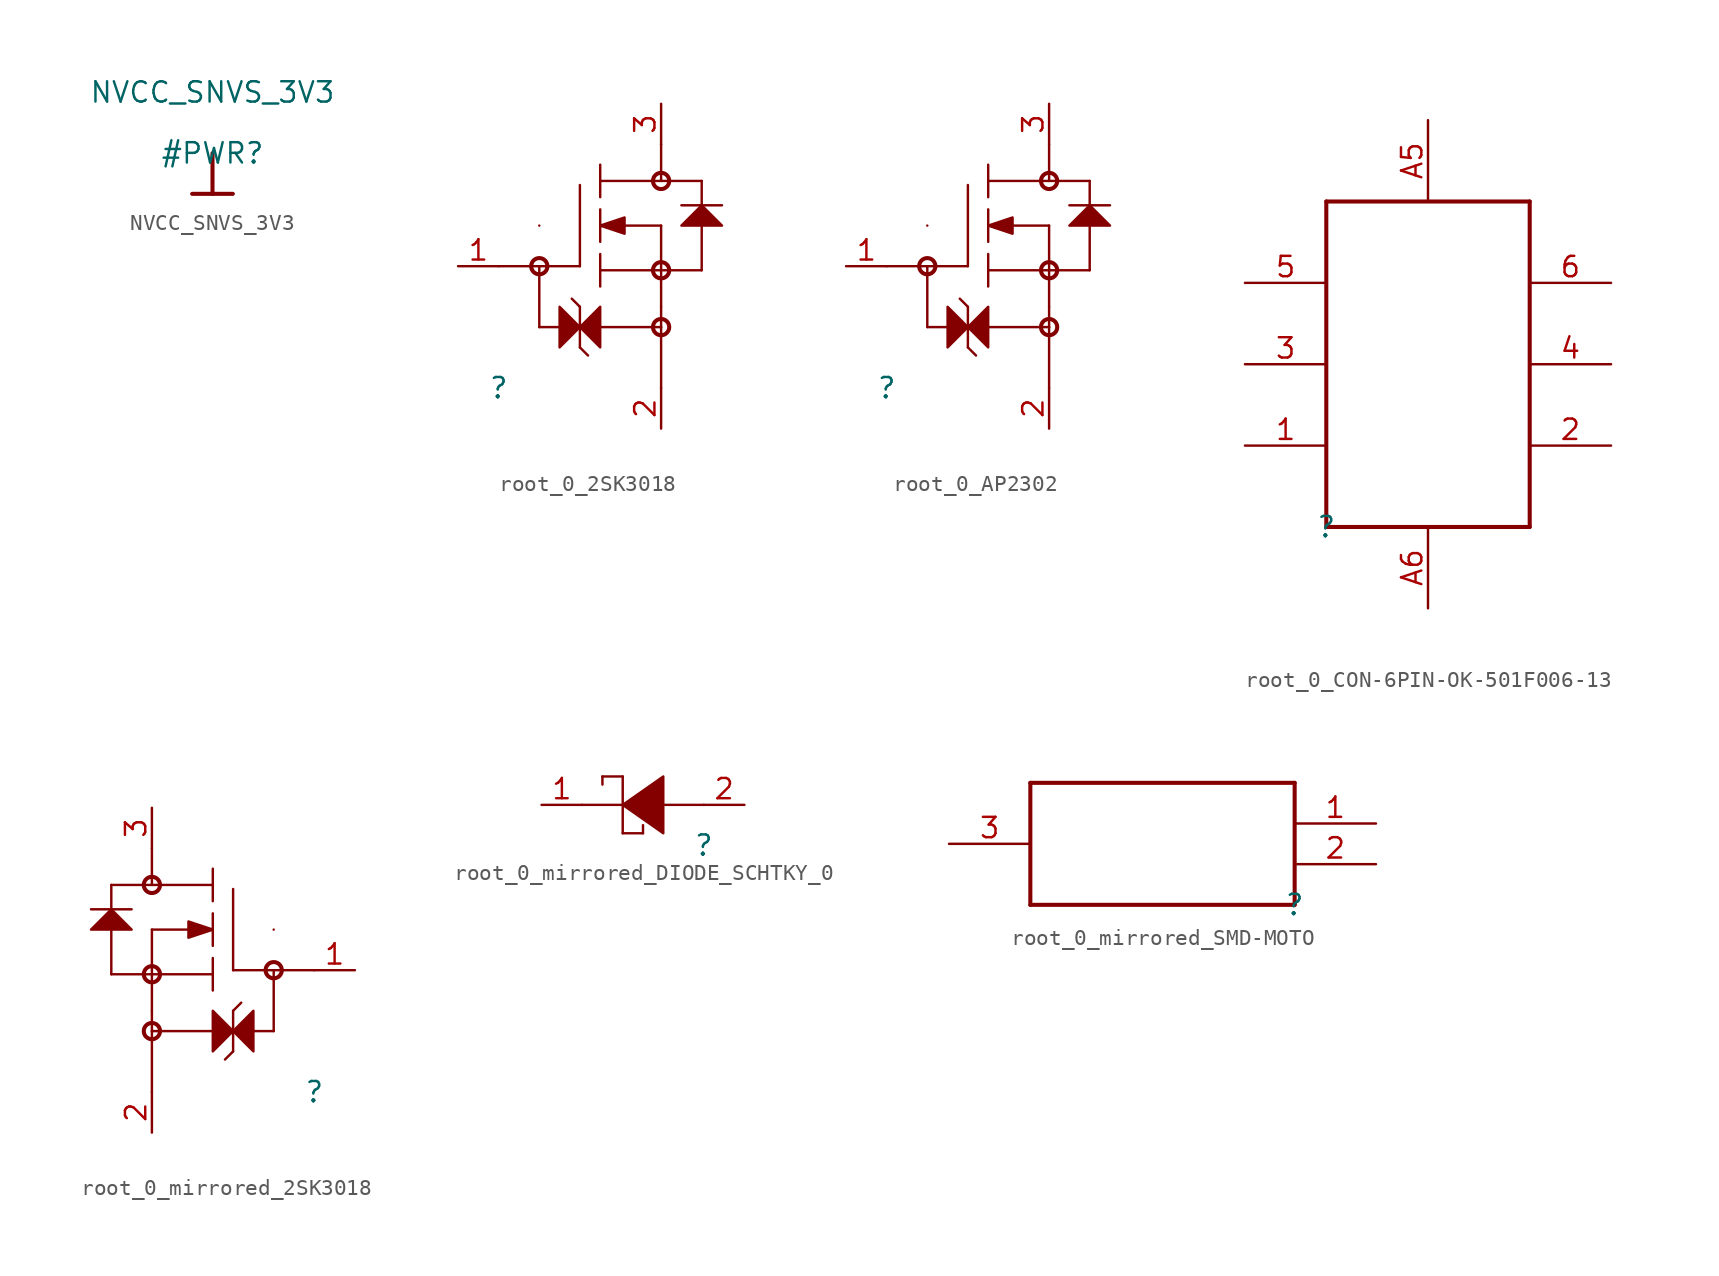
<source format=kicad_sym>
(kicad_symbol_lib
  (version 20220914)
  (generator kicad_symbol_editor)
  (symbol "NVCC_SNVS_3V3"
    (power)
    (property "Reference" "#PWR"
      (at 0 0 0)
      (effects (font (size 1.27 1.27))))
    (property "Value" "NVCC_SNVS_3V3"
      (at 0 3.81 0)
      (effects (font (size 1.27 1.27))))
    (symbol "NVCC_SNVS_3V3_0_0"
      (polyline (pts (xy -1.27 -2.54) (xy 1.27 -2.54)) (stroke (width 0.254) (type solid)) (fill (type none)))
      (polyline (pts (xy 0 0) (xy 0 -2.54)) (stroke (width 0.254) (type solid)) (fill (type none)))
      (pin power_in line (at 0 0 0) (length 0) hide (name "NVCC_SNVS_3V3" (effects (font (size 1.27 1.27)))) (number "" (effects (font (size 1.27 1.27)))))))
  (symbol "root_0_2SK3018"
    (property "Reference" ""
      (at 0 0 0)
      (effects (font (size 1.27 1.27))))
    (property "Value" ""
      (at 0 0 0)
      (effects (font (size 1.27 1.27))))
    (symbol "root_0_2SK3018_1_0"
      (polyline (pts (xy 0 7.62) (xy 5.08 7.62)) (stroke (width 0) (type solid)) (fill (type none)))
      (polyline (pts (xy 2.54 3.81) (xy 2.54 7.62)) (stroke (width 0) (type solid)) (fill (type none)))
      (polyline (pts (xy 2.54 10.16) (xy 2.54 10.16)) (stroke (width 0) (type solid)) (fill (type none)))
      (polyline (pts (xy 5.08 2.54) (xy 5.08 5.08)) (stroke (width 0) (type solid)) (fill (type none)))
      (polyline (pts (xy 5.08 2.54) (xy 5.588 2.032)) (stroke (width 0) (type solid)) (fill (type none)))
      (polyline (pts (xy 5.08 5.08) (xy 4.572 5.588)) (stroke (width 0) (type solid)) (fill (type none)))
      (polyline (pts (xy 5.08 12.7) (xy 5.08 7.62)) (stroke (width 0) (type solid)) (fill (type none)))
      (polyline (pts (xy 6.35 6.35) (xy 6.35 8.382)) (stroke (width 0) (type solid)) (fill (type none)))
      (polyline (pts (xy 6.35 7.366) (xy 12.7 7.366)) (stroke (width 0) (type solid)) (fill (type none)))
      (polyline (pts (xy 6.35 9.144) (xy 6.35 11.176)) (stroke (width 0) (type solid)) (fill (type none)))
      (polyline (pts (xy 6.35 11.938) (xy 6.35 13.97)) (stroke (width 0) (type solid)) (fill (type none)))
      (polyline (pts (xy 7.62 10.16) (xy 10.16 10.16)) (stroke (width 0) (type solid)) (fill (type none)))
      (polyline (pts (xy 10.16 3.81) (xy 2.54 3.81)) (stroke (width 0) (type solid)) (fill (type none)))
      (polyline (pts (xy 10.16 3.81) (xy 10.16 0)) (stroke (width 0) (type solid)) (fill (type none)))
      (polyline (pts (xy 10.16 5.08) (xy 10.16 3.81)) (stroke (width 0) (type solid)) (fill (type none)))
      (polyline (pts (xy 10.16 10.16) (xy 10.16 5.08)) (stroke (width 0) (type solid)) (fill (type none)))
      (polyline (pts (xy 10.16 15.24) (xy 10.16 12.954)) (stroke (width 0) (type solid)) (fill (type none)))
      (polyline (pts (xy 11.43 11.43) (xy 13.97 11.43)) (stroke (width 0) (type solid)) (fill (type none)))
      (polyline (pts (xy 12.7 7.366) (xy 12.7 10.16)) (stroke (width 0) (type solid)) (fill (type none)))
      (polyline (pts (xy 12.7 11.43) (xy 12.7 12.954)) (stroke (width 0) (type solid)) (fill (type none)))
      (polyline (pts (xy 12.7 12.954) (xy 6.35 12.954)) (stroke (width 0) (type solid)) (fill (type none)))
      (polyline (pts (xy 3.81 2.54) (xy 3.81 5.08) (xy 5.08 3.81) (xy 3.81 2.54) (xy 3.81 2.54)) (stroke (width 0) (type solid)) (fill (type outline)))
      (polyline (pts (xy 6.35 2.54) (xy 6.35 5.08) (xy 5.08 3.81) (xy 6.35 2.54) (xy 6.35 2.54)) (stroke (width 0) (type solid)) (fill (type outline)))
      (polyline (pts (xy 6.35 10.16) (xy 7.874 10.668) (xy 7.874 9.652) (xy 6.35 10.16) (xy 6.35 10.16)) (stroke (width 0) (type solid)) (fill (type outline)))
      (polyline (pts (xy 11.43 10.16) (xy 13.97 10.16) (xy 12.7 11.43) (xy 11.43 10.16) (xy 11.43 10.16)) (stroke (width 0) (type solid)) (fill (type outline)))
      (circle (center 2.54 7.62) (radius 0.508) (stroke (width 0.254) (type solid)) (fill (type none)))
      (circle (center 10.16 3.81) (radius 0.508) (stroke (width 0.254) (type solid)) (fill (type none)))
      (circle (center 10.16 7.366) (radius 0.508) (stroke (width 0.254) (type solid)) (fill (type none)))
      (circle (center 10.16 12.954) (radius 0.508) (stroke (width 0.254) (type solid)) (fill (type none)))
      (pin passive line (at -2.54 7.62 0) (length 2.54) (name "GATE" (effects (font (size 0 0)))) (number "1" (effects (font (size 1.27 1.27)))))
      (pin passive line (at 10.16 -2.54 90) (length 2.54) (name "D" (effects (font (size 0 0)))) (number "2" (effects (font (size 1.27 1.27)))))
      (pin passive line (at 10.16 17.78 270) (length 2.54) (name "S" (effects (font (size 0 0)))) (number "3" (effects (font (size 1.27 1.27)))))))
  (symbol "root_0_AP2302"
    (property "Reference" ""
      (at 0 0 0)
      (effects (font (size 1.27 1.27))))
    (property "Value" ""
      (at 0 0 0)
      (effects (font (size 1.27 1.27))))
    (symbol "root_0_AP2302_1_0"
      (polyline (pts (xy 0 7.62) (xy 5.08 7.62)) (stroke (width 0) (type solid)) (fill (type none)))
      (polyline (pts (xy 2.54 3.81) (xy 2.54 7.62)) (stroke (width 0) (type solid)) (fill (type none)))
      (polyline (pts (xy 2.54 10.16) (xy 2.54 10.16)) (stroke (width 0) (type solid)) (fill (type none)))
      (polyline (pts (xy 5.08 2.54) (xy 5.08 5.08)) (stroke (width 0) (type solid)) (fill (type none)))
      (polyline (pts (xy 5.08 2.54) (xy 5.588 2.032)) (stroke (width 0) (type solid)) (fill (type none)))
      (polyline (pts (xy 5.08 5.08) (xy 4.572 5.588)) (stroke (width 0) (type solid)) (fill (type none)))
      (polyline (pts (xy 5.08 12.7) (xy 5.08 7.62)) (stroke (width 0) (type solid)) (fill (type none)))
      (polyline (pts (xy 6.35 6.35) (xy 6.35 8.382)) (stroke (width 0) (type solid)) (fill (type none)))
      (polyline (pts (xy 6.35 7.366) (xy 12.7 7.366)) (stroke (width 0) (type solid)) (fill (type none)))
      (polyline (pts (xy 6.35 9.144) (xy 6.35 11.176)) (stroke (width 0) (type solid)) (fill (type none)))
      (polyline (pts (xy 6.35 11.938) (xy 6.35 13.97)) (stroke (width 0) (type solid)) (fill (type none)))
      (polyline (pts (xy 7.62 10.16) (xy 10.16 10.16)) (stroke (width 0) (type solid)) (fill (type none)))
      (polyline (pts (xy 10.16 3.81) (xy 2.54 3.81)) (stroke (width 0) (type solid)) (fill (type none)))
      (polyline (pts (xy 10.16 3.81) (xy 10.16 0)) (stroke (width 0) (type solid)) (fill (type none)))
      (polyline (pts (xy 10.16 5.08) (xy 10.16 3.81)) (stroke (width 0) (type solid)) (fill (type none)))
      (polyline (pts (xy 10.16 10.16) (xy 10.16 5.08)) (stroke (width 0) (type solid)) (fill (type none)))
      (polyline (pts (xy 10.16 15.24) (xy 10.16 12.954)) (stroke (width 0) (type solid)) (fill (type none)))
      (polyline (pts (xy 11.43 11.43) (xy 13.97 11.43)) (stroke (width 0) (type solid)) (fill (type none)))
      (polyline (pts (xy 12.7 7.366) (xy 12.7 10.16)) (stroke (width 0) (type solid)) (fill (type none)))
      (polyline (pts (xy 12.7 11.43) (xy 12.7 12.954)) (stroke (width 0) (type solid)) (fill (type none)))
      (polyline (pts (xy 12.7 12.954) (xy 6.35 12.954)) (stroke (width 0) (type solid)) (fill (type none)))
      (polyline (pts (xy 3.81 2.54) (xy 3.81 5.08) (xy 5.08 3.81) (xy 3.81 2.54) (xy 3.81 2.54)) (stroke (width 0) (type solid)) (fill (type outline)))
      (polyline (pts (xy 6.35 2.54) (xy 6.35 5.08) (xy 5.08 3.81) (xy 6.35 2.54) (xy 6.35 2.54)) (stroke (width 0) (type solid)) (fill (type outline)))
      (polyline (pts (xy 6.35 10.16) (xy 7.874 10.668) (xy 7.874 9.652) (xy 6.35 10.16) (xy 6.35 10.16)) (stroke (width 0) (type solid)) (fill (type outline)))
      (polyline (pts (xy 11.43 10.16) (xy 13.97 10.16) (xy 12.7 11.43) (xy 11.43 10.16) (xy 11.43 10.16)) (stroke (width 0) (type solid)) (fill (type outline)))
      (circle (center 2.54 7.62) (radius 0.508) (stroke (width 0.254) (type solid)) (fill (type none)))
      (circle (center 10.16 3.81) (radius 0.508) (stroke (width 0.254) (type solid)) (fill (type none)))
      (circle (center 10.16 7.366) (radius 0.508) (stroke (width 0.254) (type solid)) (fill (type none)))
      (circle (center 10.16 12.954) (radius 0.508) (stroke (width 0.254) (type solid)) (fill (type none)))
      (pin passive line (at -2.54 7.62 0) (length 2.54) (name "GATE" (effects (font (size 0 0)))) (number "1" (effects (font (size 1.27 1.27)))))
      (pin passive line (at 10.16 -2.54 90) (length 2.54) (name "SOURCE" (effects (font (size 0 0)))) (number "2" (effects (font (size 1.27 1.27)))))
      (pin passive line (at 10.16 17.78 270) (length 2.54) (name "DRAIN" (effects (font (size 0 0)))) (number "3" (effects (font (size 1.27 1.27)))))))
  (symbol "root_0_CON-6PIN-OK-501F006-13"
    (property "Reference" ""
      (at 0 0 0)
      (effects (font (size 1.27 1.27))))
    (property "Value" ""
      (at 0 0 0)
      (effects (font (size 1.27 1.27))))
    (symbol "root_0_CON-6PIN-OK-501F006-13_1_0"
      (polyline (pts (xy 0 0) (xy 12.7 0)) (stroke (width 0.254) (type solid)) (fill (type none)))
      (polyline (pts (xy 0 20.32) (xy 0 0)) (stroke (width 0.254) (type solid)) (fill (type none)))
      (polyline (pts (xy 12.7 0) (xy 12.7 20.32)) (stroke (width 0.254) (type solid)) (fill (type none)))
      (polyline (pts (xy 12.7 20.32) (xy 0 20.32)) (stroke (width 0.254) (type solid)) (fill (type none)))
      (pin passive line (at -5.08 5.08 0) (length 5.08) (name "1" (effects (font (size 0 0)))) (number "1" (effects (font (size 1.27 1.27)))))
      (pin passive line (at 17.78 5.08 180) (length 5.08) (name "2" (effects (font (size 0 0)))) (number "2" (effects (font (size 1.27 1.27)))))
      (pin passive line (at -5.08 10.16 0) (length 5.08) (name "3" (effects (font (size 0 0)))) (number "3" (effects (font (size 1.27 1.27)))))
      (pin passive line (at 17.78 10.16 180) (length 5.08) (name "4" (effects (font (size 0 0)))) (number "4" (effects (font (size 1.27 1.27)))))
      (pin passive line (at -5.08 15.24 0) (length 5.08) (name "5" (effects (font (size 0 0)))) (number "5" (effects (font (size 1.27 1.27)))))
      (pin passive line (at 17.78 15.24 180) (length 5.08) (name "6" (effects (font (size 0 0)))) (number "6" (effects (font (size 1.27 1.27)))))
      (pin passive line (at 6.35 25.4 270) (length 5.08) (name "A5" (effects (font (size 0 0)))) (number "A5" (effects (font (size 1.27 1.27)))))
      (pin passive line (at 6.35 -5.08 90) (length 5.08) (name "A6" (effects (font (size 0 0)))) (number "A6" (effects (font (size 1.27 1.27)))))))
  (symbol "root_0_mirrored_2SK3018"
    (property "Reference" ""
      (at 0 0 0)
      (effects (font (size 1.27 1.27))))
    (property "Value" ""
      (at 0 0 0)
      (effects (font (size 1.27 1.27))))
    (symbol "root_0_mirrored_2SK3018_1_0"
      (circle (center -10.16 3.81) (radius 0.508) (stroke (width 0.254) (type solid)) (fill (type none)))
      (circle (center -10.16 7.366) (radius 0.508) (stroke (width 0.254) (type solid)) (fill (type none)))
      (circle (center -10.16 12.954) (radius 0.508) (stroke (width 0.254) (type solid)) (fill (type none)))
      (circle (center -2.54 7.62) (radius 0.508) (stroke (width 0.254) (type solid)) (fill (type none)))
      (polyline (pts (xy -12.7 7.366) (xy -12.7 10.16)) (stroke (width 0) (type solid)) (fill (type none)))
      (polyline (pts (xy -12.7 11.43) (xy -12.7 12.954)) (stroke (width 0) (type solid)) (fill (type none)))
      (polyline (pts (xy -12.7 12.954) (xy -6.35 12.954)) (stroke (width 0) (type solid)) (fill (type none)))
      (polyline (pts (xy -11.43 11.43) (xy -13.97 11.43)) (stroke (width 0) (type solid)) (fill (type none)))
      (polyline (pts (xy -10.16 3.81) (xy -10.16 0)) (stroke (width 0) (type solid)) (fill (type none)))
      (polyline (pts (xy -10.16 3.81) (xy -2.54 3.81)) (stroke (width 0) (type solid)) (fill (type none)))
      (polyline (pts (xy -10.16 5.08) (xy -10.16 3.81)) (stroke (width 0) (type solid)) (fill (type none)))
      (polyline (pts (xy -10.16 10.16) (xy -10.16 5.08)) (stroke (width 0) (type solid)) (fill (type none)))
      (polyline (pts (xy -10.16 15.24) (xy -10.16 12.954)) (stroke (width 0) (type solid)) (fill (type none)))
      (polyline (pts (xy -7.62 10.16) (xy -10.16 10.16)) (stroke (width 0) (type solid)) (fill (type none)))
      (polyline (pts (xy -6.35 6.35) (xy -6.35 8.382)) (stroke (width 0) (type solid)) (fill (type none)))
      (polyline (pts (xy -6.35 7.366) (xy -12.7 7.366)) (stroke (width 0) (type solid)) (fill (type none)))
      (polyline (pts (xy -6.35 9.144) (xy -6.35 11.176)) (stroke (width 0) (type solid)) (fill (type none)))
      (polyline (pts (xy -6.35 11.938) (xy -6.35 13.97)) (stroke (width 0) (type solid)) (fill (type none)))
      (polyline (pts (xy -5.08 2.54) (xy -5.588 2.032)) (stroke (width 0) (type solid)) (fill (type none)))
      (polyline (pts (xy -5.08 2.54) (xy -5.08 5.08)) (stroke (width 0) (type solid)) (fill (type none)))
      (polyline (pts (xy -5.08 5.08) (xy -4.572 5.588)) (stroke (width 0) (type solid)) (fill (type none)))
      (polyline (pts (xy -5.08 12.7) (xy -5.08 7.62)) (stroke (width 0) (type solid)) (fill (type none)))
      (polyline (pts (xy -2.54 3.81) (xy -2.54 7.62)) (stroke (width 0) (type solid)) (fill (type none)))
      (polyline (pts (xy -2.54 10.16) (xy -2.54 10.16)) (stroke (width 0) (type solid)) (fill (type none)))
      (polyline (pts (xy 0 7.62) (xy -5.08 7.62)) (stroke (width 0) (type solid)) (fill (type none)))
      (polyline (pts (xy -11.43 10.16) (xy -13.97 10.16) (xy -12.7 11.43) (xy -11.43 10.16) (xy -11.43 10.16)) (stroke (width 0) (type solid)) (fill (type outline)))
      (polyline (pts (xy -6.35 2.54) (xy -6.35 5.08) (xy -5.08 3.81) (xy -6.35 2.54) (xy -6.35 2.54)) (stroke (width 0) (type solid)) (fill (type outline)))
      (polyline (pts (xy -6.35 10.16) (xy -7.874 10.668) (xy -7.874 9.652) (xy -6.35 10.16) (xy -6.35 10.16)) (stroke (width 0) (type solid)) (fill (type outline)))
      (polyline (pts (xy -3.81 2.54) (xy -3.81 5.08) (xy -5.08 3.81) (xy -3.81 2.54) (xy -3.81 2.54)) (stroke (width 0) (type solid)) (fill (type outline)))
      (pin passive line (at 2.54 7.62 180) (length 2.54) (name "GATE" (effects (font (size 0 0)))) (number "1" (effects (font (size 1.27 1.27)))))
      (pin passive line (at -10.16 -2.54 90) (length 2.54) (name "D" (effects (font (size 0 0)))) (number "2" (effects (font (size 1.27 1.27)))))
      (pin passive line (at -10.16 17.78 270) (length 2.54) (name "S" (effects (font (size 0 0)))) (number "3" (effects (font (size 1.27 1.27)))))))
  (symbol "root_0_mirrored_DIODE_SCHTKY_0"
    (property "Reference" ""
      (at 0 0 0)
      (effects (font (size 1.27 1.27))))
    (property "Value" ""
      (at 0 0 0)
      (effects (font (size 1.27 1.27))))
    (symbol "root_0_mirrored_DIODE_SCHTKY_0_1_0"
      (polyline (pts (xy -6.35 4.318) (xy -6.35 3.81)) (stroke (width 0) (type solid)) (fill (type none)))
      (polyline (pts (xy -5.08 0.762) (xy -3.81 0.762)) (stroke (width 0) (type solid)) (fill (type none)))
      (polyline (pts (xy -5.08 2.54) (xy -7.62 2.54)) (stroke (width 0) (type solid)) (fill (type none)))
      (polyline (pts (xy -5.08 4.318) (xy -6.35 4.318)) (stroke (width 0) (type solid)) (fill (type none)))
      (polyline (pts (xy -5.08 4.318) (xy -5.08 0.762)) (stroke (width 0) (type solid)) (fill (type none)))
      (polyline (pts (xy -3.81 0.762) (xy -3.81 1.27)) (stroke (width 0) (type solid)) (fill (type none)))
      (polyline (pts (xy 0 2.54) (xy -2.54 2.54)) (stroke (width 0) (type solid)) (fill (type none)))
      (polyline (pts (xy -5.08 2.54) (xy -5.08 2.54) (xy -2.54 0.762) (xy -2.54 4.318) (xy -5.08 2.54) (xy -5.08 2.54)) (stroke (width 0) (type solid)) (fill (type outline)))
      (pin passive line (at -10.16 2.54 0) (length 2.54) (name "C" (effects (font (size 0 0)))) (number "1" (effects (font (size 1.27 1.27)))))
      (pin passive line (at 2.54 2.54 180) (length 2.54) (name "A" (effects (font (size 0 0)))) (number "2" (effects (font (size 1.27 1.27)))))))
  (symbol "root_0_mirrored_SMD-MOTO"
    (property "Reference" ""
      (at 0 0 0)
      (effects (font (size 1.27 1.27))))
    (property "Value" ""
      (at 0 0 0)
      (effects (font (size 1.27 1.27))))
    (symbol "root_0_mirrored_SMD-MOTO_1_0"
      (polyline (pts (xy -16.51 0) (xy 0 0)) (stroke (width 0.254) (type solid)) (fill (type none)))
      (polyline (pts (xy -16.51 7.62) (xy -16.51 0)) (stroke (width 0.254) (type solid)) (fill (type none)))
      (polyline (pts (xy 0 0) (xy 0 7.62)) (stroke (width 0.254) (type solid)) (fill (type none)))
      (polyline (pts (xy 0 7.62) (xy -16.51 7.62)) (stroke (width 0.254) (type solid)) (fill (type none)))
      (pin passive line (at 5.08 5.08 180) (length 5.08) (name "1" (effects (font (size 0 0)))) (number "1" (effects (font (size 1.27 1.27)))))
      (pin passive line (at 5.08 2.54 180) (length 5.08) (name "2" (effects (font (size 0 0)))) (number "2" (effects (font (size 1.27 1.27)))))
      (pin passive line (at -21.59 3.81 0) (length 5.08) (name "3" (effects (font (size 0 0)))) (number "3" (effects (font (size 1.27 1.27))))))))
</source>
